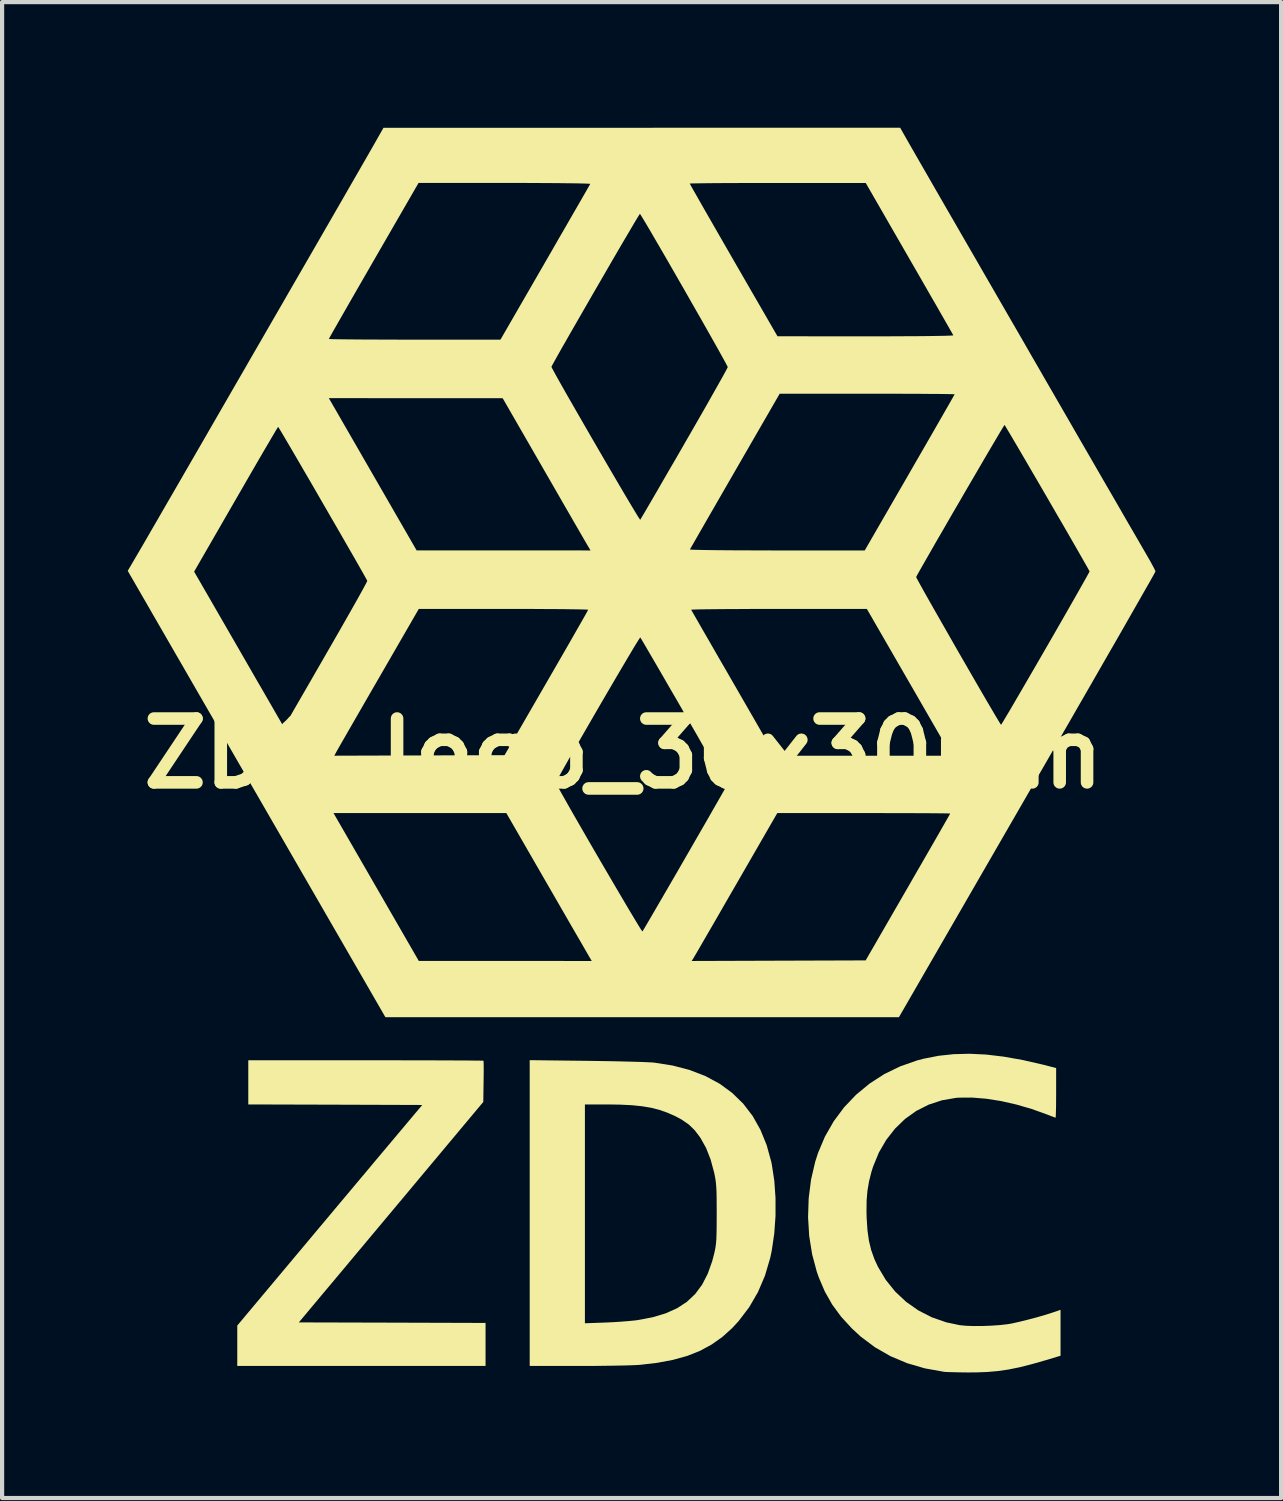
<source format=kicad_pcb>
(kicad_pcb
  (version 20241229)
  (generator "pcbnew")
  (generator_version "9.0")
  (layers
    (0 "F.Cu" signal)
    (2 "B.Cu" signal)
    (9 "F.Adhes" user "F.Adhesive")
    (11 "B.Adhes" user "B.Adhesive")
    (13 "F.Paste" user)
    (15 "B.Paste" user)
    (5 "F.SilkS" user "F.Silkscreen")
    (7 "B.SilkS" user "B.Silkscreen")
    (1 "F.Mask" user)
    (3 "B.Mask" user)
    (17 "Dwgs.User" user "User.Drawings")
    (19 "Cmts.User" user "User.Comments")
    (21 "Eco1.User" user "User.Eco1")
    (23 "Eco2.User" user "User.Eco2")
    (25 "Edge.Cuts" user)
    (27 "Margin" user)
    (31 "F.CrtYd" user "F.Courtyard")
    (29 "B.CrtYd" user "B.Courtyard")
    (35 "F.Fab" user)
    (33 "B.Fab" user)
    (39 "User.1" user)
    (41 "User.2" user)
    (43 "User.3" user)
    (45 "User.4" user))
  (footprint "ZDC_logo_30x30mm"
    (layer "F.Cu")
    (at 11.837 14.94)
    (property "Reference" "ZDC_logo_30x30mm" (at 0 0 0) (layer "F.SilkS") (effects (font (size 1.524 1.524) (thickness 0.3))))
    (attr board_only exclude_from_pos_files exclude_from_bom)
    (fp_poly (pts (xy -5.777 7.325) (xy -5.412 7.325) (xy -5.066 7.326) (xy -4.742 7.326) (xy -4.442 7.327) (xy -4.172 7.328) (xy -3.933 7.329) (xy -3.731 7.33) (xy -3.567 7.332) (xy -3.446 7.333) (xy -3.37 7.334) (xy -3.344 7.336) (xy -3.341 7.364) (xy -3.339 7.437) (xy -3.338 7.546) (xy -3.339 7.682) (xy -3.341 7.833) (xy -3.348 8.319) (xy -4.988 10.28) (xy -5.235 10.576) (xy -5.484 10.873) (xy -5.73 11.167) (xy -5.97 11.454) (xy -6.2 11.729) (xy -6.418 11.989) (xy -6.619 12.23) (xy -6.8 12.446) (xy -6.958 12.635) (xy -7.089 12.791) (xy -7.19 12.911) (xy -7.752 13.583) (xy -5.523 13.589) (xy -3.294 13.596) (xy -3.294 14.623) (xy -9.222 14.623) (xy -9.222 13.658) (xy -7.833 12) (xy -7.593 11.714) (xy -7.344 11.416) (xy -7.09 11.114) (xy -6.837 10.811) (xy -6.589 10.516) (xy -6.351 10.232) (xy -6.128 9.967) (xy -5.926 9.725) (xy -5.748 9.513) (xy -5.625 9.367) (xy -4.806 8.392) (xy -6.882 8.385) (xy -8.959 8.379) (xy -8.959 7.325) (xy -6.157 7.325)) (stroke (width 0) (type solid)) (fill yes) (layer "F.SilkS"))
    (fp_poly (pts (xy -0.876 7.338) (xy -0.604 7.342) (xy -0.34 7.346) (xy -0.092 7.351) (xy 0.136 7.357) (xy 0.336 7.362) (xy 0.504 7.368) (xy 0.632 7.374) (xy 0.714 7.379) (xy 0.725 7.38) (xy 1.172 7.45) (xy 1.583 7.558) (xy 1.958 7.703) (xy 2.295 7.885) (xy 2.594 8.104) (xy 2.857 8.36) (xy 3.082 8.653) (xy 3.268 8.983) (xy 3.417 9.348) (xy 3.528 9.75) (xy 3.541 9.815) (xy 3.6 10.201) (xy 3.629 10.615) (xy 3.629 11.04) (xy 3.599 11.462) (xy 3.54 11.864) (xy 3.503 12.041) (xy 3.378 12.465) (xy 3.21 12.859) (xy 3 13.221) (xy 2.747 13.553) (xy 2.596 13.717) (xy 2.36 13.93) (xy 2.106 14.11) (xy 1.828 14.261) (xy 1.521 14.383) (xy 1.179 14.478) (xy 0.8 14.549) (xy 0.395 14.596) (xy 0.303 14.602) (xy 0.166 14.607) (xy -0.009 14.612) (xy -0.215 14.616) (xy -0.444 14.619) (xy -0.69 14.622) (xy -0.945 14.623) (xy -1.074 14.623) (xy -2.24 14.623) (xy -2.24 8.379) (xy -0.922 8.379) (xy -0.922 13.604) (xy -0.428 13.586) (xy -0.248 13.578) (xy -0.063 13.566) (xy 0.11 13.552) (xy 0.257 13.538) (xy 0.338 13.528) (xy 0.695 13.46) (xy 1.009 13.366) (xy 1.281 13.244) (xy 1.514 13.091) (xy 1.711 12.905) (xy 1.876 12.683) (xy 2.01 12.423) (xy 2.117 12.123) (xy 2.166 11.936) (xy 2.184 11.854) (xy 2.198 11.777) (xy 2.208 11.696) (xy 2.216 11.603) (xy 2.22 11.489) (xy 2.223 11.346) (xy 2.224 11.165) (xy 2.225 10.987) (xy 2.224 10.77) (xy 2.223 10.596) (xy 2.22 10.458) (xy 2.214 10.347) (xy 2.206 10.253) (xy 2.195 10.168) (xy 2.18 10.084) (xy 2.165 10.012) (xy 2.08 9.696) (xy 1.972 9.42) (xy 1.837 9.178) (xy 1.829 9.166) (xy 1.701 8.997) (xy 1.559 8.859) (xy 1.388 8.741) (xy 1.225 8.654) (xy 1.042 8.574) (xy 0.857 8.509) (xy 0.662 8.459) (xy 0.447 8.423) (xy 0.206 8.398) (xy -0.071 8.384) (xy -0.391 8.379) (xy -0.415 8.379) (xy -0.922 8.379) (xy -2.24 8.379) (xy -2.24 7.322)) (stroke (width 0) (type solid)) (fill yes) (layer "F.SilkS"))
    (fp_poly (pts (xy 8.655 7.188) (xy 9.077 7.238) (xy 9.528 7.318) (xy 10.015 7.429) (xy 10.23 7.485) (xy 10.329 7.511) (xy 10.329 8.103) (xy 10.328 8.273) (xy 10.327 8.425) (xy 10.324 8.549) (xy 10.321 8.639) (xy 10.318 8.688) (xy 10.316 8.695) (xy 10.287 8.686) (xy 10.223 8.662) (xy 10.134 8.628) (xy 10.109 8.618) (xy 9.747 8.488) (xy 9.378 8.381) (xy 9.011 8.298) (xy 8.655 8.242) (xy 8.319 8.215) (xy 8.014 8.217) (xy 7.939 8.222) (xy 7.603 8.28) (xy 7.286 8.384) (xy 6.991 8.533) (xy 6.722 8.725) (xy 6.482 8.957) (xy 6.272 9.226) (xy 6.096 9.529) (xy 5.958 9.865) (xy 5.918 9.992) (xy 5.862 10.216) (xy 5.824 10.438) (xy 5.804 10.674) (xy 5.801 10.937) (xy 5.805 11.093) (xy 5.824 11.381) (xy 5.859 11.632) (xy 5.914 11.859) (xy 5.991 12.075) (xy 6.074 12.254) (xy 6.261 12.568) (xy 6.487 12.848) (xy 6.748 13.093) (xy 7.041 13.298) (xy 7.362 13.462) (xy 7.708 13.582) (xy 8.033 13.65) (xy 8.181 13.664) (xy 8.365 13.67) (xy 8.57 13.669) (xy 8.782 13.661) (xy 8.985 13.647) (xy 9.163 13.627) (xy 9.262 13.611) (xy 9.441 13.571) (xy 9.647 13.52) (xy 9.86 13.464) (xy 10.061 13.406) (xy 10.231 13.352) (xy 10.243 13.348) (xy 10.434 13.283) (xy 10.434 14.379) (xy 10.072 14.488) (xy 9.749 14.58) (xy 9.462 14.653) (xy 9.197 14.707) (xy 8.944 14.744) (xy 8.688 14.767) (xy 8.418 14.777) (xy 8.217 14.778) (xy 8.057 14.776) (xy 7.911 14.773) (xy 7.787 14.77) (xy 7.698 14.767) (xy 7.654 14.763) (xy 7.196 14.681) (xy 6.768 14.556) (xy 6.371 14.388) (xy 6.003 14.177) (xy 5.664 13.923) (xy 5.453 13.728) (xy 5.195 13.447) (xy 4.982 13.157) (xy 4.807 12.848) (xy 4.661 12.506) (xy 4.614 12.371) (xy 4.503 11.956) (xy 4.433 11.519) (xy 4.406 11.07) (xy 4.421 10.619) (xy 4.477 10.176) (xy 4.576 9.75) (xy 4.643 9.54) (xy 4.809 9.147) (xy 5.018 8.782) (xy 5.267 8.447) (xy 5.554 8.146) (xy 5.875 7.881) (xy 6.227 7.654) (xy 6.608 7.469) (xy 7.014 7.327) (xy 7.168 7.287) (xy 7.52 7.218) (xy 7.882 7.179) (xy 8.259 7.169)) (stroke (width 0) (type solid)) (fill yes) (layer "F.SilkS"))
    (fp_poly (pts (xy 6.826 -14.551) (xy 6.876 -14.464) (xy 6.949 -14.337) (xy 7.043 -14.173) (xy 7.156 -13.977) (xy 7.285 -13.753) (xy 7.426 -13.508) (xy 7.578 -13.244) (xy 7.738 -12.966) (xy 7.904 -12.68) (xy 8.059 -12.41) (xy 8.242 -12.094) (xy 8.434 -11.762) (xy 8.629 -11.423) (xy 8.826 -11.083) (xy 9.018 -10.75) (xy 9.202 -10.431) (xy 9.375 -10.132) (xy 9.531 -9.862) (xy 9.666 -9.627) (xy 9.717 -9.538) (xy 9.899 -9.224) (xy 10.088 -8.895) (xy 10.284 -8.556) (xy 10.484 -8.21) (xy 10.686 -7.86) (xy 10.887 -7.511) (xy 11.086 -7.167) (xy 11.281 -6.83) (xy 11.469 -6.504) (xy 11.649 -6.194) (xy 11.818 -5.902) (xy 11.973 -5.633) (xy 12.114 -5.389) (xy 12.238 -5.176) (xy 12.342 -4.996) (xy 12.425 -4.853) (xy 12.484 -4.751) (xy 12.498 -4.726) (xy 12.569 -4.604) (xy 12.628 -4.496) (xy 12.673 -4.411) (xy 12.697 -4.358) (xy 12.7 -4.346) (xy 12.687 -4.321) (xy 12.649 -4.251) (xy 12.587 -4.14) (xy 12.501 -3.99) (xy 12.394 -3.802) (xy 12.267 -3.579) (xy 12.12 -3.322) (xy 11.955 -3.033) (xy 11.773 -2.715) (xy 11.574 -2.37) (xy 11.361 -1.999) (xy 11.135 -1.605) (xy 10.895 -1.189) (xy 10.645 -0.754) (xy 10.384 -0.302) (xy 10.115 0.166) (xy 9.837 0.647) (xy 9.638 0.993) (xy 6.575 6.297) (xy -5.685 6.297) (xy -6.46 4.954) (xy 1.627 4.954) (xy 3.704 4.947) (xy 5.781 4.94) (xy 6.79 3.193) (xy 6.95 2.914) (xy 7.103 2.65) (xy 7.246 2.402) (xy 7.377 2.174) (xy 7.494 1.971) (xy 7.595 1.794) (xy 7.678 1.649) (xy 7.741 1.539) (xy 7.782 1.466) (xy 7.799 1.435) (xy 7.799 1.434) (xy 7.773 1.432) (xy 7.699 1.43) (xy 7.58 1.429) (xy 7.42 1.427) (xy 7.223 1.426) (xy 6.994 1.425) (xy 6.736 1.424) (xy 6.453 1.424) (xy 6.149 1.423) (xy 5.829 1.423) (xy 5.735 1.423) (xy 3.671 1.423) (xy 2.687 3.129) (xy 2.527 3.405) (xy 2.375 3.669) (xy 2.232 3.918) (xy 2.1 4.146) (xy 1.981 4.351) (xy 1.878 4.529) (xy 1.793 4.676) (xy 1.728 4.788) (xy 1.684 4.862) (xy 1.665 4.894) (xy 1.665 4.894) (xy 1.627 4.954) (xy -6.46 4.954) (xy -8.499 1.423) (xy -6.924 1.423) (xy -4.888 4.953) (xy -2.823 4.953) (xy -0.759 4.954) (xy -0.809 4.868) (xy -0.831 4.831) (xy -0.876 4.753) (xy -0.943 4.637) (xy -1.03 4.486) (xy -1.135 4.305) (xy -1.255 4.098) (xy -1.388 3.867) (xy -1.532 3.618) (xy -1.684 3.354) (xy -1.829 3.103) (xy -2.798 1.423) (xy -6.924 1.423) (xy -8.499 1.423) (xy -8.716 1.047) (xy -8.918 0.697) (xy -1.616 0.697) (xy -1.603 0.726) (xy -1.566 0.796) (xy -1.508 0.902) (xy -1.43 1.04) (xy -1.336 1.207) (xy -1.228 1.397) (xy -1.108 1.606) (xy -0.978 1.831) (xy -0.842 2.068) (xy -0.701 2.311) (xy -0.558 2.557) (xy -0.415 2.801) (xy -0.275 3.04) (xy -0.141 3.269) (xy -0.014 3.484) (xy 0.102 3.681) (xy 0.206 3.855) (xy 0.295 4.003) (xy 0.366 4.12) (xy 0.417 4.202) (xy 0.446 4.244) (xy 0.451 4.249) (xy 0.467 4.224) (xy 0.508 4.156) (xy 0.57 4.05) (xy 0.653 3.909) (xy 0.753 3.737) (xy 0.869 3.538) (xy 0.999 3.314) (xy 1.14 3.071) (xy 1.291 2.811) (xy 1.438 2.556) (xy 1.596 2.282) (xy 1.746 2.021) (xy 1.887 1.777) (xy 2.017 1.552) (xy 2.132 1.35) (xy 2.232 1.176) (xy 2.314 1.033) (xy 2.375 0.925) (xy 2.415 0.855) (xy 2.429 0.828) (xy 2.43 0.812) (xy 2.423 0.784) (xy 2.406 0.74) (xy 2.377 0.677) (xy 2.334 0.594) (xy 2.277 0.487) (xy 2.204 0.353) (xy 2.112 0.189) (xy 2.001 -0.007) (xy 1.868 -0.239) (xy 1.714 -0.509) (xy 1.534 -0.82) (xy 1.436 -0.99) (xy 1.275 -1.27) (xy 1.12 -1.536) (xy 0.976 -1.786) (xy 0.843 -2.016) (xy 0.723 -2.222) (xy 0.619 -2.4) (xy 0.533 -2.548) (xy 0.467 -2.661) (xy 0.422 -2.736) (xy 0.401 -2.77) (xy 0.4 -2.772) (xy 0.385 -2.752) (xy 0.346 -2.691) (xy 0.285 -2.593) (xy 0.206 -2.462) (xy 0.111 -2.302) (xy 0.002 -2.118) (xy -0.119 -1.913) (xy -0.248 -1.693) (xy -0.384 -1.461) (xy -0.524 -1.221) (xy -0.665 -0.978) (xy -0.805 -0.736) (xy -0.942 -0.499) (xy -1.073 -0.272) (xy -1.195 -0.059) (xy -1.307 0.136) (xy -1.405 0.309) (xy -1.487 0.455) (xy -1.551 0.571) (xy -1.595 0.652) (xy -1.615 0.693) (xy -1.616 0.697) (xy -8.918 0.697) (xy -8.997 0.56) (xy -9.272 0.084) (xy -9.29 0.053) (xy -6.905 0.053) (xy -2.84 0.04) (xy -1.843 -1.686) (xy -1.683 -1.963) (xy -1.531 -2.226) (xy -1.389 -2.473) (xy -1.259 -2.699) (xy -1.143 -2.902) (xy -1.043 -3.077) (xy -0.961 -3.221) (xy -0.899 -3.33) (xy -0.86 -3.402) (xy -0.844 -3.431) (xy -0.844 -3.432) (xy 1.615 -3.432) (xy 1.629 -3.406) (xy 1.668 -3.339) (xy 1.729 -3.233) (xy 1.81 -3.092) (xy 1.909 -2.919) (xy 2.025 -2.719) (xy 2.154 -2.494) (xy 2.295 -2.249) (xy 2.447 -1.987) (xy 2.606 -1.711) (xy 2.624 -1.68) (xy 3.622 0.053) (xy 7.829 0.053) (xy 7.741 -0.101) (xy 7.714 -0.15) (xy 7.662 -0.24) (xy 7.589 -0.367) (xy 7.496 -0.528) (xy 7.387 -0.717) (xy 7.263 -0.932) (xy 7.127 -1.168) (xy 6.982 -1.42) (xy 6.829 -1.685) (xy 6.732 -1.853) (xy 5.81 -3.451) (xy 3.707 -3.451) (xy 3.38 -3.451) (xy 3.068 -3.451) (xy 2.776 -3.449) (xy 2.508 -3.448) (xy 2.268 -3.446) (xy 2.059 -3.444) (xy 1.886 -3.442) (xy 1.752 -3.439) (xy 1.661 -3.436) (xy 1.618 -3.433) (xy 1.615 -3.432) (xy -0.844 -3.432) (xy -0.87 -3.435) (xy -0.944 -3.438) (xy -1.063 -3.441) (xy -1.222 -3.443) (xy -1.418 -3.446) (xy -1.647 -3.448) (xy -1.904 -3.449) (xy -2.186 -3.451) (xy -2.488 -3.451) (xy -2.807 -3.452) (xy -2.866 -3.452) (xy -4.888 -3.452) (xy -5.849 -1.788) (xy -6.008 -1.514) (xy -6.159 -1.252) (xy -6.301 -1.005) (xy -6.432 -0.778) (xy -6.55 -0.573) (xy -6.652 -0.396) (xy -6.736 -0.25) (xy -6.8 -0.138) (xy -6.841 -0.065) (xy -6.858 -0.035) (xy -6.905 0.053) (xy -9.29 0.053) (xy -9.538 -0.378) (xy -9.796 -0.824) (xy -10.044 -1.253) (xy -10.28 -1.662) (xy -10.503 -2.049) (xy -10.713 -2.412) (xy -10.908 -2.75) (xy -11.086 -3.059) (xy -11.248 -3.339) (xy -11.39 -3.586) (xy -11.513 -3.799) (xy -11.615 -3.976) (xy -11.695 -4.115) (xy -11.752 -4.213) (xy -11.785 -4.269) (xy -11.792 -4.282) (xy -11.826 -4.342) (xy -10.252 -4.342) (xy -9.231 -2.573) (xy -9.068 -2.29) (xy -8.912 -2.02) (xy -8.765 -1.764) (xy -8.628 -1.528) (xy -8.505 -1.315) (xy -8.397 -1.128) (xy -8.307 -0.971) (xy -8.236 -0.848) (xy -8.186 -0.763) (xy -8.161 -0.719) (xy -8.159 -0.715) (xy -8.124 -0.661) (xy -8.103 -0.648) (xy -8.083 -0.671) (xy -8.08 -0.676) (xy -8.063 -0.706) (xy -8.022 -0.778) (xy -7.958 -0.889) (xy -7.875 -1.034) (xy -7.773 -1.21) (xy -7.656 -1.413) (xy -7.525 -1.639) (xy -7.383 -1.886) (xy -7.232 -2.148) (xy -7.082 -2.408) (xy -6.925 -2.681) (xy -6.775 -2.942) (xy -6.636 -3.186) (xy -6.509 -3.409) (xy -6.396 -3.609) (xy -6.3 -3.781) (xy -6.222 -3.922) (xy -6.164 -4.029) (xy -6.129 -4.097) (xy -6.118 -4.122) (xy -6.133 -4.151) (xy -6.167 -4.213) (xy 6.987 -4.213) (xy 6.998 -4.187) (xy 7.034 -4.121) (xy 7.091 -4.017) (xy 7.167 -3.88) (xy 7.26 -3.715) (xy 7.367 -3.526) (xy 7.486 -3.317) (xy 7.614 -3.093) (xy 7.749 -2.857) (xy 7.888 -2.613) (xy 8.029 -2.367) (xy 8.17 -2.123) (xy 8.308 -1.884) (xy 8.44 -1.655) (xy 8.565 -1.44) (xy 8.679 -1.244) (xy 8.781 -1.071) (xy 8.867 -0.924) (xy 8.936 -0.809) (xy 8.984 -0.729) (xy 9.01 -0.689) (xy 9.014 -0.686) (xy 9.029 -0.708) (xy 9.069 -0.772) (xy 9.13 -0.876) (xy 9.213 -1.014) (xy 9.313 -1.185) (xy 9.429 -1.384) (xy 9.56 -1.609) (xy 9.703 -1.855) (xy 9.856 -2.119) (xy 10.018 -2.399) (xy 10.081 -2.508) (xy 10.245 -2.792) (xy 10.401 -3.064) (xy 10.547 -3.318) (xy 10.681 -3.553) (xy 10.801 -3.763) (xy 10.905 -3.947) (xy 10.992 -4.101) (xy 11.059 -4.22) (xy 11.104 -4.302) (xy 11.126 -4.343) (xy 11.127 -4.348) (xy 11.112 -4.377) (xy 11.074 -4.446) (xy 11.013 -4.552) (xy 10.934 -4.691) (xy 10.839 -4.857) (xy 10.73 -5.047) (xy 10.609 -5.257) (xy 10.479 -5.482) (xy 10.342 -5.717) (xy 10.202 -5.959) (xy 10.06 -6.204) (xy 9.919 -6.447) (xy 9.781 -6.683) (xy 9.649 -6.91) (xy 9.526 -7.121) (xy 9.413 -7.314) (xy 9.313 -7.483) (xy 9.23 -7.625) (xy 9.164 -7.735) (xy 9.12 -7.809) (xy 9.098 -7.842) (xy 9.097 -7.844) (xy 9.082 -7.822) (xy 9.043 -7.759) (xy 8.983 -7.659) (xy 8.904 -7.525) (xy 8.808 -7.363) (xy 8.698 -7.176) (xy 8.576 -6.968) (xy 8.445 -6.743) (xy 8.307 -6.507) (xy 8.164 -6.262) (xy 8.02 -6.013) (xy 7.875 -5.765) (xy 7.734 -5.521) (xy 7.598 -5.285) (xy 7.469 -5.063) (xy 7.351 -4.857) (xy 7.245 -4.672) (xy 7.154 -4.513) (xy 7.08 -4.383) (xy 7.026 -4.287) (xy 6.994 -4.228) (xy 6.987 -4.213) (xy -6.167 -4.213) (xy -6.171 -4.22) (xy -6.231 -4.327) (xy -6.31 -4.466) (xy -6.405 -4.633) (xy -6.515 -4.824) (xy -6.637 -5.036) (xy -6.768 -5.264) (xy -6.906 -5.503) (xy -7.049 -5.75) (xy -7.194 -6.001) (xy -7.338 -6.251) (xy -7.48 -6.496) (xy -7.618 -6.732) (xy -7.747 -6.955) (xy -7.867 -7.16) (xy -7.975 -7.345) (xy -8.068 -7.503) (xy -8.144 -7.632) (xy -8.201 -7.727) (xy -8.236 -7.783) (xy -8.246 -7.798) (xy -8.261 -7.776) (xy -8.301 -7.712) (xy -8.362 -7.608) (xy -8.443 -7.47) (xy -8.543 -7.3) (xy -8.659 -7.102) (xy -8.788 -6.879) (xy -8.929 -6.636) (xy -9.08 -6.374) (xy -9.239 -6.099) (xy -9.256 -6.07) (xy -10.252 -4.342) (xy -11.826 -4.342) (xy -11.837 -4.361) (xy -11.521 -4.901) (xy -11.462 -5.002) (xy -11.379 -5.145) (xy -11.275 -5.326) (xy -11.151 -5.539) (xy -11.011 -5.782) (xy -10.856 -6.05) (xy -10.689 -6.338) (xy -10.513 -6.643) (xy -10.329 -6.961) (xy -10.141 -7.287) (xy -9.95 -7.617) (xy -9.906 -7.694) (xy -9.687 -8.074) (xy -9.45 -8.484) (xy -7.036 -8.484) (xy -6.963 -8.358) (xy -6.938 -8.314) (xy -6.889 -8.23) (xy -6.818 -8.107) (xy -6.728 -7.95) (xy -6.62 -7.763) (xy -6.498 -7.551) (xy -6.362 -7.316) (xy -6.216 -7.062) (xy -6.062 -6.795) (xy -5.915 -6.54) (xy -4.94 -4.849) (xy -2.864 -4.849) (xy -0.787 -4.848) (xy -0.801 -4.871) (xy 1.585 -4.871) (xy 1.61 -4.867) (xy 1.683 -4.864) (xy 1.801 -4.861) (xy 1.96 -4.858) (xy 2.156 -4.855) (xy 2.385 -4.853) (xy 2.644 -4.851) (xy 2.928 -4.85) (xy 3.233 -4.849) (xy 3.556 -4.848) (xy 3.668 -4.848) (xy 5.759 -4.848) (xy 6.832 -6.706) (xy 6.997 -6.993) (xy 7.155 -7.266) (xy 7.303 -7.523) (xy 7.44 -7.761) (xy 7.562 -7.974) (xy 7.669 -8.161) (xy 7.759 -8.317) (xy 7.829 -8.44) (xy 7.877 -8.525) (xy 7.902 -8.57) (xy 7.905 -8.576) (xy 7.879 -8.578) (xy 7.804 -8.58) (xy 7.685 -8.582) (xy 7.525 -8.584) (xy 7.328 -8.585) (xy 7.099 -8.587) (xy 6.84 -8.588) (xy 6.556 -8.589) (xy 6.252 -8.589) (xy 5.93 -8.589) (xy 5.816 -8.589) (xy 3.728 -8.589) (xy 2.661 -6.741) (xy 2.496 -6.455) (xy 2.338 -6.181) (xy 2.19 -5.924) (xy 2.053 -5.687) (xy 1.93 -5.473) (xy 1.823 -5.287) (xy 1.733 -5.13) (xy 1.663 -5.007) (xy 1.614 -4.922) (xy 1.588 -4.877) (xy 1.585 -4.871) (xy -0.801 -4.871) (xy -0.854 -4.96) (xy -0.878 -5.001) (xy -0.926 -5.083) (xy -0.996 -5.204) (xy -1.085 -5.359) (xy -1.192 -5.543) (xy -1.314 -5.755) (xy -1.449 -5.988) (xy -1.594 -6.241) (xy -1.748 -6.508) (xy -1.903 -6.777) (xy -2.885 -8.482) (xy -7.036 -8.484) (xy -9.45 -8.484) (xy -9.449 -8.486) (xy -9.198 -8.921) (xy -9.018 -9.232) (xy -1.721 -9.232) (xy -1.708 -9.203) (xy -1.671 -9.134) (xy -1.613 -9.028) (xy -1.536 -8.89) (xy -1.442 -8.723) (xy -1.333 -8.532) (xy -1.212 -8.321) (xy -1.082 -8.095) (xy -0.945 -7.857) (xy -0.803 -7.611) (xy -0.658 -7.361) (xy -0.514 -7.113) (xy -0.372 -6.869) (xy -0.235 -6.635) (xy -0.105 -6.413) (xy 0.015 -6.209) (xy 0.123 -6.027) (xy 0.217 -5.87) (xy 0.294 -5.742) (xy 0.351 -5.649) (xy 0.387 -5.594) (xy 0.399 -5.58) (xy 0.414 -5.605) (xy 0.454 -5.673) (xy 0.517 -5.779) (xy 0.599 -5.92) (xy 0.7 -6.093) (xy 0.817 -6.294) (xy 0.947 -6.52) (xy 1.09 -6.767) (xy 1.244 -7.031) (xy 1.405 -7.31) (xy 1.451 -7.391) (xy 1.614 -7.673) (xy 1.769 -7.943) (xy 1.915 -8.197) (xy 2.048 -8.431) (xy 2.167 -8.642) (xy 2.271 -8.826) (xy 2.357 -8.979) (xy 2.423 -9.099) (xy 2.467 -9.181) (xy 2.487 -9.222) (xy 2.488 -9.225) (xy 2.476 -9.254) (xy 2.439 -9.323) (xy 2.381 -9.429) (xy 2.304 -9.568) (xy 2.21 -9.736) (xy 2.102 -9.928) (xy 1.982 -10.14) (xy 1.853 -10.368) (xy 1.716 -10.607) (xy 1.575 -10.854) (xy 1.432 -11.105) (xy 1.288 -11.355) (xy 1.148 -11.599) (xy 1.012 -11.835) (xy 0.883 -12.057) (xy 0.764 -12.261) (xy 0.658 -12.444) (xy 0.566 -12.6) (xy 0.491 -12.726) (xy 0.435 -12.818) (xy 0.401 -12.872) (xy 0.391 -12.884) (xy 0.376 -12.862) (xy 0.336 -12.798) (xy 0.275 -12.697) (xy 0.196 -12.563) (xy 0.1 -12.4) (xy -0.011 -12.212) (xy -0.133 -12.003) (xy -0.264 -11.778) (xy -0.402 -11.54) (xy -0.544 -11.294) (xy -0.689 -11.045) (xy -0.833 -10.795) (xy -0.974 -10.55) (xy -1.11 -10.314) (xy -1.239 -10.09) (xy -1.357 -9.883) (xy -1.463 -9.698) (xy -1.554 -9.537) (xy -1.627 -9.406) (xy -1.681 -9.309) (xy -1.713 -9.249) (xy -1.721 -9.232) (xy -9.018 -9.232) (xy -8.938 -9.372) (xy -8.673 -9.83) (xy -8.634 -9.897) (xy -7.035 -9.897) (xy -7.009 -9.895) (xy -6.935 -9.892) (xy -6.816 -9.89) (xy -6.656 -9.888) (xy -6.46 -9.886) (xy -6.231 -9.884) (xy -5.973 -9.883) (xy -5.69 -9.882) (xy -5.387 -9.881) (xy -5.067 -9.881) (xy -4.986 -9.881) (xy -2.938 -9.881) (xy -1.871 -11.729) (xy -1.705 -12.016) (xy -1.548 -12.29) (xy -1.399 -12.547) (xy -1.263 -12.784) (xy -1.14 -12.997) (xy -1.032 -13.184) (xy -0.942 -13.341) (xy -0.872 -13.463) (xy -0.823 -13.549) (xy -0.798 -13.594) (xy -0.795 -13.6) (xy -0.819 -13.603) (xy -0.892 -13.607) (xy -0.91 -13.607) (xy 1.581 -13.607) (xy 1.594 -13.583) (xy 1.631 -13.516) (xy 1.691 -13.41) (xy 1.771 -13.27) (xy 1.869 -13.097) (xy 1.984 -12.896) (xy 2.114 -12.67) (xy 2.256 -12.423) (xy 2.408 -12.158) (xy 2.569 -11.879) (xy 2.628 -11.776) (xy 3.676 -9.961) (xy 5.779 -9.96) (xy 6.153 -9.96) (xy 6.498 -9.961) (xy 6.81 -9.963) (xy 7.088 -9.964) (xy 7.328 -9.967) (xy 7.527 -9.97) (xy 7.684 -9.973) (xy 7.796 -9.977) (xy 7.859 -9.981) (xy 7.874 -9.984) (xy 7.86 -10.01) (xy 7.821 -10.078) (xy 7.76 -10.185) (xy 7.679 -10.327) (xy 7.579 -10.501) (xy 7.464 -10.703) (xy 7.333 -10.929) (xy 7.191 -11.177) (xy 7.038 -11.443) (xy 6.877 -11.722) (xy 6.824 -11.814) (xy 5.784 -13.62) (xy 3.682 -13.621) (xy 3.355 -13.621) (xy 3.043 -13.621) (xy 2.75 -13.62) (xy 2.481 -13.619) (xy 2.24 -13.618) (xy 2.03 -13.616) (xy 1.856 -13.614) (xy 1.721 -13.612) (xy 1.629 -13.61) (xy 1.585 -13.608) (xy 1.581 -13.607) (xy -0.91 -13.607) (xy -1.01 -13.61) (xy -1.168 -13.613) (xy -1.364 -13.615) (xy -1.592 -13.618) (xy -1.849 -13.619) (xy -2.131 -13.621) (xy -2.434 -13.622) (xy -2.753 -13.622) (xy -2.84 -13.622) (xy -4.894 -13.622) (xy -5.965 -11.768) (xy -6.13 -11.481) (xy -6.288 -11.207) (xy -6.436 -10.95) (xy -6.572 -10.713) (xy -6.694 -10.5) (xy -6.801 -10.313) (xy -6.89 -10.157) (xy -6.96 -10.034) (xy -7.008 -9.948) (xy -7.032 -9.903) (xy -7.035 -9.897) (xy -8.634 -9.897) (xy -8.41 -10.286) (xy -8.152 -10.732) (xy -7.905 -11.161) (xy -7.673 -11.562) (xy -7.461 -11.929) (xy -7.404 -12.028) (xy -7.222 -12.343) (xy -7.043 -12.654) (xy -6.87 -12.954) (xy -6.704 -13.242) (xy -6.549 -13.512) (xy -6.406 -13.76) (xy -6.278 -13.982) (xy -6.167 -14.175) (xy -6.076 -14.334) (xy -6.006 -14.455) (xy -5.967 -14.524) (xy -5.731 -14.939) (xy 6.605 -14.94)) (stroke (width 0) (type solid)) (fill yes) (layer "F.SilkS")))
  (gr_rect
    (start -3 -3)
    (end 27.537 32.717)
    (stroke (width 0.1) (type default))
    (fill no)
    (layer "Edge.Cuts")))
</source>
